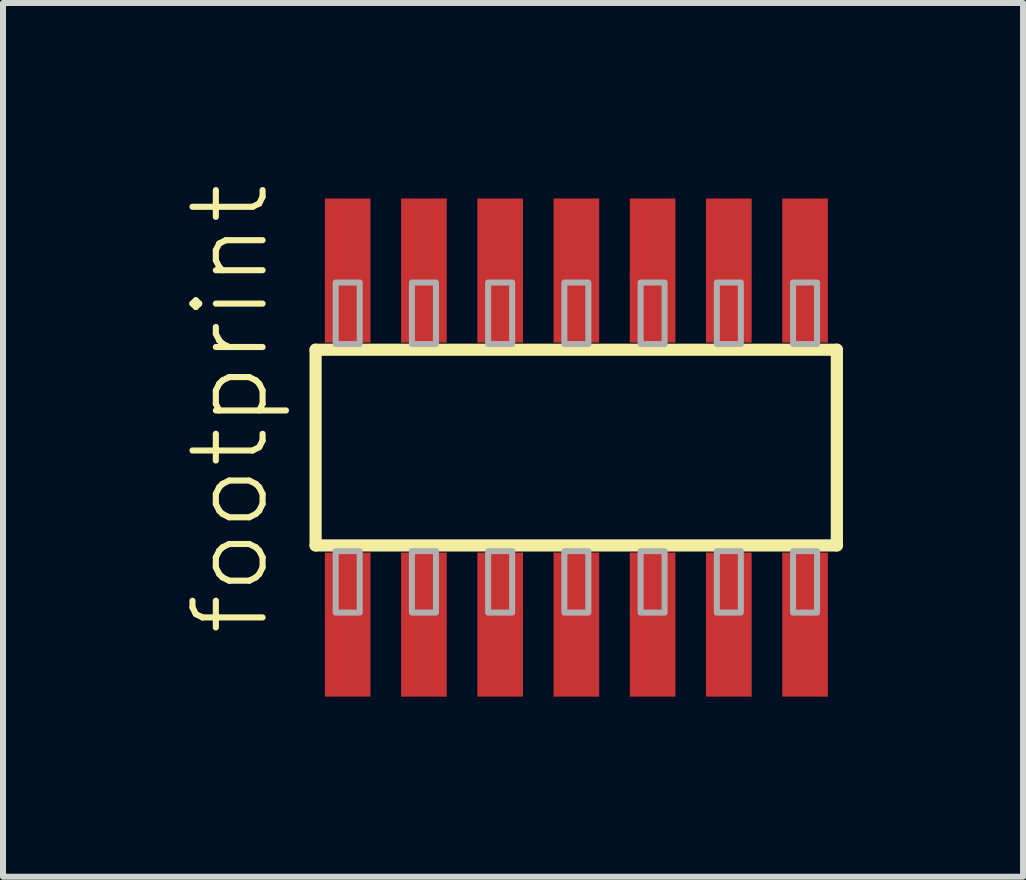
<source format=kicad_pcb>
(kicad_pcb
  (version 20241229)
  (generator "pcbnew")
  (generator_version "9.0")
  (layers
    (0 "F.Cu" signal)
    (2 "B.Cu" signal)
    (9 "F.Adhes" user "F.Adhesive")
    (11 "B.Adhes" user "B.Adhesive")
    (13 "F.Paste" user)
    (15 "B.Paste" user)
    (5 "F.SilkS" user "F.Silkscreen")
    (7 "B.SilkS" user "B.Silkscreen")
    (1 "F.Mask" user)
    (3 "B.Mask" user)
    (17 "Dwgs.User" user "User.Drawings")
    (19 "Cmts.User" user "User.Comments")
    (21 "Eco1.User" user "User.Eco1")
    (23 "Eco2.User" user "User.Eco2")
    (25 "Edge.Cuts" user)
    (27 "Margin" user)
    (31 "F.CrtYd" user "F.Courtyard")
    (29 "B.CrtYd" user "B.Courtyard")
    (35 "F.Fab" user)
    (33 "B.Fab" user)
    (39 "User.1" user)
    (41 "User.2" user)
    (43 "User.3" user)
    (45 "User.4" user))
  (footprint "footprint"
    (layer "F.Cu")
    (at 6.553 4.407)
    (property "Reference" "footprint" (at -5.08 3.175 90) (layer "F.SilkS") (effects (font (size 1.168 1.168) (thickness 0.102)) (justify left bottom)))
    (fp_line (start -4.345 -1.63) (end 4.34 -1.63) (stroke (width 0.203) (type solid)) (layer "F.SilkS"))
    (fp_line (start -4.345 1.63) (end -4.345 -1.63) (stroke (width 0.203) (type solid)) (layer "F.SilkS"))
    (fp_line (start 4.34 -1.63) (end 4.34 1.63) (stroke (width 0.203) (type solid)) (layer "F.SilkS"))
    (fp_line (start 4.34 1.63) (end -4.345 1.63) (stroke (width 0.203) (type solid)) (layer "F.SilkS"))
    (fp_poly (pts (xy -4.01 -1.725) (xy -3.61 -1.725) (xy -3.61 -2.75) (xy -4.01 -2.75)) (stroke (width 0.1) (type solid)) (fill no) (layer "F.Fab"))
    (fp_poly (pts (xy -3.61 1.725) (xy -4.01 1.725) (xy -4.01 2.75) (xy -3.61 2.75)) (stroke (width 0.1) (type solid)) (fill no) (layer "F.Fab"))
    (fp_poly (pts (xy -2.74 -1.725) (xy -2.34 -1.725) (xy -2.34 -2.75) (xy -2.74 -2.75)) (stroke (width 0.1) (type solid)) (fill no) (layer "F.Fab"))
    (fp_poly (pts (xy -2.34 1.725) (xy -2.74 1.725) (xy -2.74 2.75) (xy -2.34 2.75)) (stroke (width 0.1) (type solid)) (fill no) (layer "F.Fab"))
    (fp_poly (pts (xy -1.47 -1.725) (xy -1.07 -1.725) (xy -1.07 -2.75) (xy -1.47 -2.75)) (stroke (width 0.1) (type solid)) (fill no) (layer "F.Fab"))
    (fp_poly (pts (xy -1.07 1.725) (xy -1.47 1.725) (xy -1.47 2.75) (xy -1.07 2.75)) (stroke (width 0.1) (type solid)) (fill no) (layer "F.Fab"))
    (fp_poly (pts (xy -0.2 -1.725) (xy 0.2 -1.725) (xy 0.2 -2.75) (xy -0.2 -2.75)) (stroke (width 0.1) (type solid)) (fill no) (layer "F.Fab"))
    (fp_poly (pts (xy 0.2 1.725) (xy -0.2 1.725) (xy -0.2 2.75) (xy 0.2 2.75)) (stroke (width 0.1) (type solid)) (fill no) (layer "F.Fab"))
    (fp_poly (pts (xy 1.07 -1.725) (xy 1.47 -1.725) (xy 1.47 -2.75) (xy 1.07 -2.75)) (stroke (width 0.1) (type solid)) (fill no) (layer "F.Fab"))
    (fp_poly (pts (xy 1.47 1.725) (xy 1.07 1.725) (xy 1.07 2.75) (xy 1.47 2.75)) (stroke (width 0.1) (type solid)) (fill no) (layer "F.Fab"))
    (fp_poly (pts (xy 2.34 -1.725) (xy 2.74 -1.725) (xy 2.74 -2.75) (xy 2.34 -2.75)) (stroke (width 0.1) (type solid)) (fill no) (layer "F.Fab"))
    (fp_poly (pts (xy 2.74 1.725) (xy 2.34 1.725) (xy 2.34 2.75) (xy 2.74 2.75)) (stroke (width 0.1) (type solid)) (fill no) (layer "F.Fab"))
    (fp_poly (pts (xy 3.61 -1.725) (xy 4.01 -1.725) (xy 4.01 -2.75) (xy 3.61 -2.75)) (stroke (width 0.1) (type solid)) (fill no) (layer "F.Fab"))
    (fp_poly (pts (xy 4.01 1.725) (xy 3.61 1.725) (xy 3.61 2.75) (xy 4.01 2.75)) (stroke (width 0.1) (type solid)) (fill no) (layer "F.Fab"))
    (pad "1" smd rect (at -3.81 2.95) (size 0.76 2.4) (layers "F.Cu" "F.Mask" "F.Paste"))
    (pad "2" smd rect (at -3.81 -2.95) (size 0.76 2.4) (layers "F.Cu" "F.Mask" "F.Paste"))
    (pad "3" smd rect (at -2.54 2.95) (size 0.76 2.4) (layers "F.Cu" "F.Mask" "F.Paste"))
    (pad "4" smd rect (at -2.54 -2.95) (size 0.76 2.4) (layers "F.Cu" "F.Mask" "F.Paste"))
    (pad "5" smd rect (at -1.27 2.95) (size 0.76 2.4) (layers "F.Cu" "F.Mask" "F.Paste"))
    (pad "6" smd rect (at -1.27 -2.95) (size 0.76 2.4) (layers "F.Cu" "F.Mask" "F.Paste"))
    (pad "7" smd rect (at 0 2.95) (size 0.76 2.4) (layers "F.Cu" "F.Mask" "F.Paste"))
    (pad "8" smd rect (at 0 -2.95) (size 0.76 2.4) (layers "F.Cu" "F.Mask" "F.Paste"))
    (pad "9" smd rect (at 1.27 2.95) (size 0.76 2.4) (layers "F.Cu" "F.Mask" "F.Paste"))
    (pad "10" smd rect (at 1.27 -2.95) (size 0.76 2.4) (layers "F.Cu" "F.Mask" "F.Paste"))
    (pad "11" smd rect (at 2.54 2.95) (size 0.76 2.4) (layers "F.Cu" "F.Mask" "F.Paste"))
    (pad "12" smd rect (at 2.54 -2.95) (size 0.76 2.4) (layers "F.Cu" "F.Mask" "F.Paste"))
    (pad "13" smd rect (at 3.81 2.95) (size 0.76 2.4) (layers "F.Cu" "F.Mask" "F.Paste"))
    (pad "14" smd rect (at 3.81 -2.95) (size 0.76 2.4) (layers "F.Cu" "F.Mask" "F.Paste")))
  (gr_rect
    (start -3 -3)
    (end 13.995 11.557)
    (stroke (width 0.1) (type default))
    (fill no)
    (layer "Edge.Cuts")))
</source>
